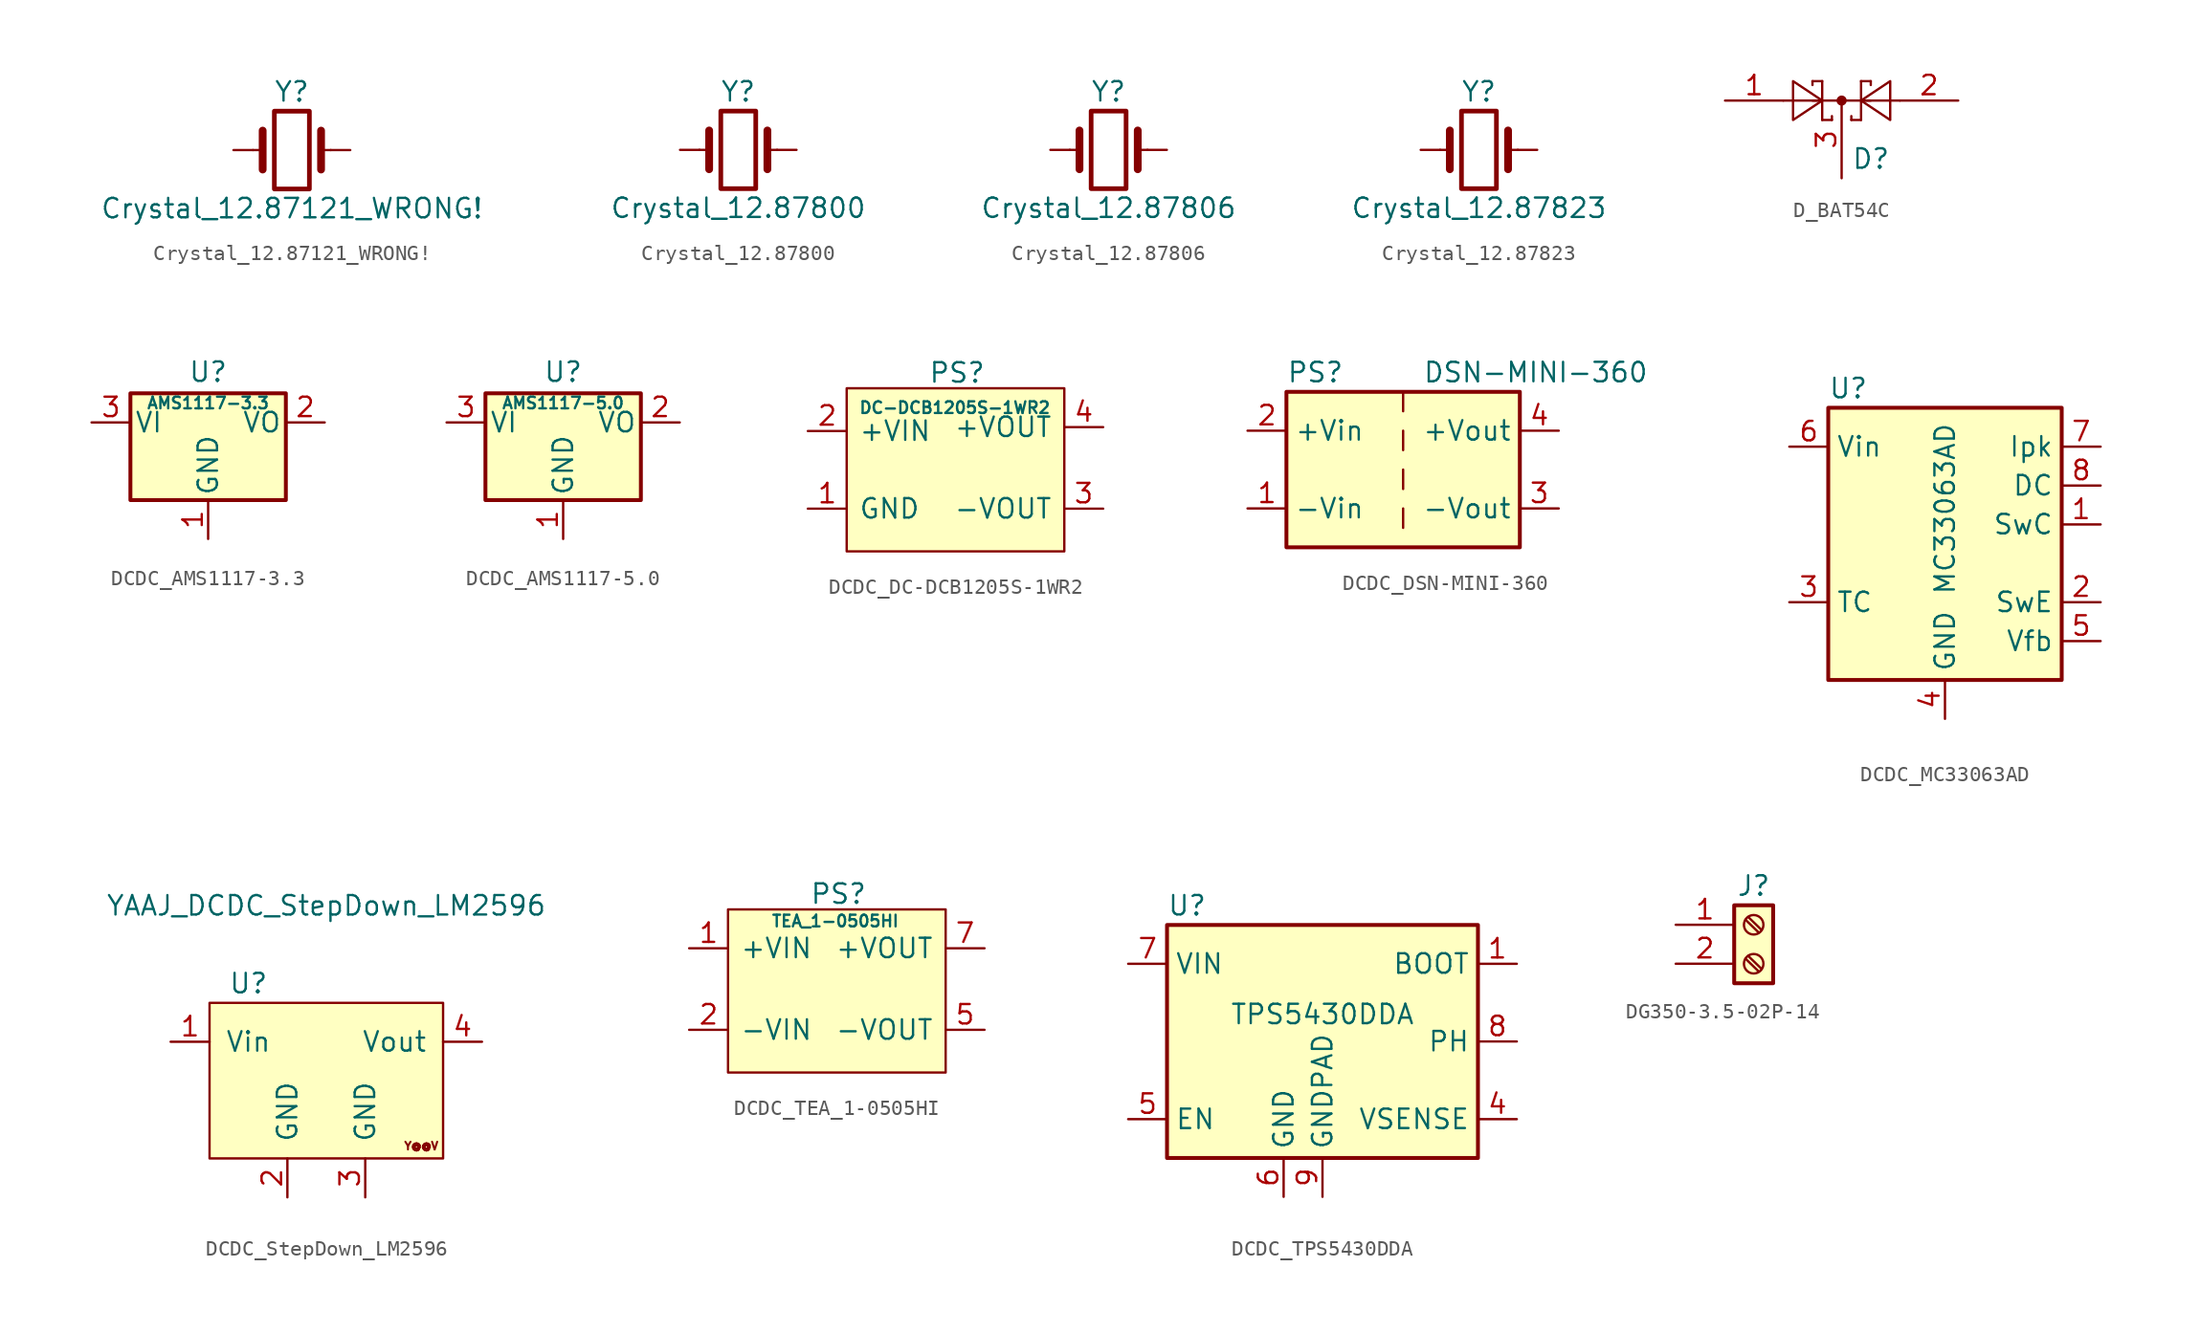
<source format=kicad_sym>
(kicad_symbol_lib
  (version 20220914)
  (generator kicad_symbol_editor)
  (symbol "Crystal_12.87121_WRONG!"
    (pin_numbers hide)
    (pin_names
      (offset 1.016) hide)
    (property "Reference" "Y"
      (at 0 3.81 0)
      (effects (font (size 1.27 1.27))))
    (property "Value" "Crystal_12.87121_WRONG!"
      (at 0 -3.81 0)
      (effects (font (size 1.27 1.27))))
    (symbol "Crystal_12.87121_WRONG!_0_1"
      (rectangle (start -1.143 2.54) (end 1.143 -2.54) (stroke (width 0.305) (type default)) (fill (type none)))
      (polyline (pts (xy -2.54 0) (xy -1.905 0)) (stroke (width 0) (type default)) (fill (type none)))
      (polyline (pts (xy -1.905 -1.27) (xy -1.905 1.27)) (stroke (width 0.508) (type default)) (fill (type none)))
      (polyline (pts (xy 1.905 -1.27) (xy 1.905 1.27)) (stroke (width 0.508) (type default)) (fill (type none)))
      (polyline (pts (xy 2.54 0) (xy 1.905 0)) (stroke (width 0) (type default)) (fill (type none))))
    (symbol "Crystal_12.87121_WRONG!_1_1"
      (pin passive line (at -3.81 0 0) (length 1.27) (name "1" (effects (font (size 1.27 1.27)))) (number "1" (effects (font (size 1.27 1.27)))))
      (pin passive line (at 3.81 0 180) (length 1.27) (name "2" (effects (font (size 1.27 1.27)))) (number "2" (effects (font (size 1.27 1.27)))))))
  (symbol "Crystal_12.87800"
    (pin_numbers hide)
    (pin_names
      (offset 1.016) hide)
    (property "Reference" "Y"
      (at 0 3.81 0)
      (effects (font (size 1.27 1.27))))
    (property "Value" "Crystal_12.87800"
      (at 0 -3.81 0)
      (effects (font (size 1.27 1.27))))
    (symbol "Crystal_12.87800_0_1"
      (rectangle (start -1.143 2.54) (end 1.143 -2.54) (stroke (width 0.305) (type default)) (fill (type none)))
      (polyline (pts (xy -2.54 0) (xy -1.905 0)) (stroke (width 0) (type default)) (fill (type none)))
      (polyline (pts (xy -1.905 -1.27) (xy -1.905 1.27)) (stroke (width 0.508) (type default)) (fill (type none)))
      (polyline (pts (xy 1.905 -1.27) (xy 1.905 1.27)) (stroke (width 0.508) (type default)) (fill (type none)))
      (polyline (pts (xy 2.54 0) (xy 1.905 0)) (stroke (width 0) (type default)) (fill (type none))))
    (symbol "Crystal_12.87800_1_1"
      (pin passive line (at -3.81 0 0) (length 1.27) (name "1" (effects (font (size 1.27 1.27)))) (number "1" (effects (font (size 1.27 1.27)))))
      (pin passive line (at 3.81 0 180) (length 1.27) (name "2" (effects (font (size 1.27 1.27)))) (number "2" (effects (font (size 1.27 1.27)))))))
  (symbol "Crystal_12.87806"
    (pin_numbers hide)
    (pin_names
      (offset 1.016) hide)
    (property "Reference" "Y"
      (at 0 3.81 0)
      (effects (font (size 1.27 1.27))))
    (property "Value" "Crystal_12.87806"
      (at 0 -3.81 0)
      (effects (font (size 1.27 1.27))))
    (symbol "Crystal_12.87806_0_1"
      (rectangle (start -1.143 2.54) (end 1.143 -2.54) (stroke (width 0.305) (type default)) (fill (type none)))
      (polyline (pts (xy -2.54 0) (xy -1.905 0)) (stroke (width 0) (type default)) (fill (type none)))
      (polyline (pts (xy -1.905 -1.27) (xy -1.905 1.27)) (stroke (width 0.508) (type default)) (fill (type none)))
      (polyline (pts (xy 1.905 -1.27) (xy 1.905 1.27)) (stroke (width 0.508) (type default)) (fill (type none)))
      (polyline (pts (xy 2.54 0) (xy 1.905 0)) (stroke (width 0) (type default)) (fill (type none))))
    (symbol "Crystal_12.87806_1_1"
      (pin passive line (at -3.81 0 0) (length 1.27) (name "1" (effects (font (size 1.27 1.27)))) (number "1" (effects (font (size 1.27 1.27)))))
      (pin passive line (at 3.81 0 180) (length 1.27) (name "2" (effects (font (size 1.27 1.27)))) (number "2" (effects (font (size 1.27 1.27)))))))
  (symbol "Crystal_12.87823"
    (pin_numbers hide)
    (pin_names
      (offset 1.016) hide)
    (property "Reference" "Y"
      (at 0 3.81 0)
      (effects (font (size 1.27 1.27))))
    (property "Value" "Crystal_12.87823"
      (at 0 -3.81 0)
      (effects (font (size 1.27 1.27))))
    (symbol "Crystal_12.87823_0_1"
      (rectangle (start -1.143 2.54) (end 1.143 -2.54) (stroke (width 0.305) (type default)) (fill (type none)))
      (polyline (pts (xy -2.54 0) (xy -1.905 0)) (stroke (width 0) (type default)) (fill (type none)))
      (polyline (pts (xy -1.905 -1.27) (xy -1.905 1.27)) (stroke (width 0.508) (type default)) (fill (type none)))
      (polyline (pts (xy 1.905 -1.27) (xy 1.905 1.27)) (stroke (width 0.508) (type default)) (fill (type none)))
      (polyline (pts (xy 2.54 0) (xy 1.905 0)) (stroke (width 0) (type default)) (fill (type none))))
    (symbol "Crystal_12.87823_1_1"
      (pin passive line (at -3.81 0 0) (length 1.27) (name "1" (effects (font (size 1.27 1.27)))) (number "1" (effects (font (size 1.27 1.27)))))
      (pin passive line (at 3.81 0 180) (length 1.27) (name "2" (effects (font (size 1.27 1.27)))) (number "2" (effects (font (size 1.27 1.27)))))))
  (symbol "D_BAT54C"
    (pin_names
      (offset 1.016))
    (property "Reference" "D"
      (at 0.635 -3.81 0)
      (effects (font (size 1.27 1.27)) (justify left)))
    (symbol "D_BAT54C_0_1"
      (polyline (pts (xy -1.905 0) (xy 1.905 0)) (stroke (width 0) (type default)) (fill (type none)))
      (polyline (pts (xy -1.905 1.27) (xy -1.905 1.016)) (stroke (width 0) (type default)) (fill (type none)))
      (polyline (pts (xy -1.27 -1.27) (xy -0.635 -1.27)) (stroke (width 0) (type default)) (fill (type none)))
      (polyline (pts (xy -1.27 0) (xy -3.81 0)) (stroke (width 0) (type default)) (fill (type none)))
      (polyline (pts (xy -1.27 1.27) (xy -1.905 1.27)) (stroke (width 0) (type default)) (fill (type none)))
      (polyline (pts (xy -1.27 1.27) (xy -1.27 -1.27)) (stroke (width 0) (type default)) (fill (type none)))
      (polyline (pts (xy -0.635 -1.27) (xy -0.635 -1.016)) (stroke (width 0) (type default)) (fill (type none)))
      (polyline (pts (xy 0.635 -1.27) (xy 0.635 -1.016)) (stroke (width 0) (type default)) (fill (type none)))
      (polyline (pts (xy 1.27 -1.27) (xy 0.635 -1.27)) (stroke (width 0) (type default)) (fill (type none)))
      (polyline (pts (xy 1.27 1.27) (xy 1.27 -1.27)) (stroke (width 0) (type default)) (fill (type none)))
      (polyline (pts (xy 1.27 1.27) (xy 1.905 1.27)) (stroke (width 0) (type default)) (fill (type none)))
      (polyline (pts (xy 1.905 1.27) (xy 1.905 1.016)) (stroke (width 0) (type default)) (fill (type none)))
      (polyline (pts (xy 3.81 0) (xy 1.27 0)) (stroke (width 0) (type default)) (fill (type none)))
      (polyline (pts (xy -3.175 -1.27) (xy -3.175 1.27) (xy -1.27 0) (xy -3.175 -1.27)) (stroke (width 0) (type default)) (fill (type none)))
      (polyline (pts (xy 3.175 -1.27) (xy 3.175 1.27) (xy 1.27 0) (xy 3.175 -1.27)) (stroke (width 0) (type default)) (fill (type none)))
      (circle (center 0 0) (radius 0.254) (stroke (width 0) (type default)) (fill (type outline))))
    (symbol "D_BAT54C_1_1"
      (pin passive line (at -7.62 0 0) (length 3.81) (name "~" (effects (font (size 1.27 1.27)))) (number "1" (effects (font (size 1.27 1.27)))))
      (pin passive line (at 7.62 0 180) (length 3.81) (name "~" (effects (font (size 1.27 1.27)))) (number "2" (effects (font (size 1.27 1.27)))))
      (pin passive line (at 0 -5.08 90) (length 5.08) (name "~" (effects (font (size 1.27 1.27)))) (number "3" (effects (font (size 1.27 1.27)))))))
  (symbol "DCDC_AMS1117-3.3"
    (pin_names
      (offset 0.254))
    (property "Reference" "U"
      (at 0 3.302 0)
      (effects (font (size 1.27 1.27))))
    (property "Value" "AMS1117-3.3"
      (at 0 1.27 0)
      (effects (font (size 0.762 0.762))))
    (symbol "DCDC_AMS1117-3.3_0_1"
      (rectangle (start -5.08 -5.08) (end 5.08 1.905) (stroke (width 0.254) (type default)) (fill (type background))))
    (symbol "DCDC_AMS1117-3.3_1_1"
      (pin power_in line (at 0 -7.62 90) (length 2.54) (name "GND" (effects (font (size 1.27 1.27)))) (number "1" (effects (font (size 1.27 1.27)))))
      (pin power_out line (at 7.62 0 180) (length 2.54) (name "VO" (effects (font (size 1.27 1.27)))) (number "2" (effects (font (size 1.27 1.27)))))
      (pin power_in line (at -7.62 0 0) (length 2.54) (name "VI" (effects (font (size 1.27 1.27)))) (number "3" (effects (font (size 1.27 1.27)))))))
  (symbol "DCDC_AMS1117-5.0"
    (pin_names
      (offset 0.254))
    (property "Reference" "U"
      (at 0 3.302 0)
      (effects (font (size 1.27 1.27))))
    (property "Value" "AMS1117-5.0"
      (at 0 1.27 0)
      (effects (font (size 0.762 0.762))))
    (symbol "DCDC_AMS1117-5.0_0_1"
      (rectangle (start -5.08 -5.08) (end 5.08 1.905) (stroke (width 0.254) (type default)) (fill (type background))))
    (symbol "DCDC_AMS1117-5.0_1_1"
      (pin power_in line (at 0 -7.62 90) (length 2.54) (name "GND" (effects (font (size 1.27 1.27)))) (number "1" (effects (font (size 1.27 1.27)))))
      (pin power_out line (at 7.62 0 180) (length 2.54) (name "VO" (effects (font (size 1.27 1.27)))) (number "2" (effects (font (size 1.27 1.27)))))
      (pin power_in line (at -7.62 0 0) (length 2.54) (name "VI" (effects (font (size 1.27 1.27)))) (number "3" (effects (font (size 1.27 1.27)))))))
  (symbol "DCDC_DC-DCB1205S-1WR2"
    (pin_names
      (offset 0.762))
    (property "Reference" "PS"
      (at -1.778 6.096 0)
      (effects (font (size 1.27 1.27)) (justify left)))
    (property "Value" "DC-DCB1205S-1WR2"
      (at -6.35 3.81 0)
      (effects (font (size 0.762 0.762)) (justify left)))
    (symbol "DCDC_DC-DCB1205S-1WR2_0_0"
      (pin passive line (at -9.652 -2.794 0) (length 2.54) (name "GND" (effects (font (size 1.27 1.27)))) (number "1" (effects (font (size 1.27 1.27)))))
      (pin passive line (at -9.652 2.286 0) (length 2.54) (name "+VIN" (effects (font (size 1.27 1.27)))) (number "2" (effects (font (size 1.27 1.27)))))
      (pin passive line (at 9.652 -2.794 180) (length 2.54) (name "-VOUT" (effects (font (size 1.27 1.27)))) (number "3" (effects (font (size 1.27 1.27)))))
      (pin passive line (at 9.652 2.54 180) (length 2.54) (name "+VOUT" (effects (font (size 1.27 1.27)))) (number "4" (effects (font (size 1.27 1.27))))))
    (symbol "DCDC_DC-DCB1205S-1WR2_0_1"
      (polyline (pts (xy -7.112 5.08) (xy 7.112 5.08) (xy 7.112 -5.588) (xy -7.112 -5.588) (xy -7.112 5.08)) (stroke (width 0.152) (type default)) (fill (type background)))))
  (symbol "DCDC_DSN-MINI-360"
    (property "Reference" "PS"
      (at -7.62 6.35 0)
      (effects (font (size 1.27 1.27)) (justify left)))
    (property "Value" "DSN-MINI-360"
      (at 1.27 6.35 0)
      (effects (font (size 1.27 1.27)) (justify left)))
    (symbol "DCDC_DSN-MINI-360_0_0"
      (pin power_in line (at -10.16 -2.54 0) (length 2.54) (name "-Vin" (effects (font (size 1.27 1.27)))) (number "1" (effects (font (size 1.27 1.27)))))
      (pin power_in line (at -10.16 2.54 0) (length 2.54) (name "+Vin" (effects (font (size 1.27 1.27)))) (number "2" (effects (font (size 1.27 1.27)))))
      (pin power_out line (at 10.16 -2.54 180) (length 2.54) (name "-Vout" (effects (font (size 1.27 1.27)))) (number "3" (effects (font (size 1.27 1.27)))))
      (pin power_out line (at 10.16 2.54 180) (length 2.54) (name "+Vout" (effects (font (size 1.27 1.27)))) (number "4" (effects (font (size 1.27 1.27))))))
    (symbol "DCDC_DSN-MINI-360_0_1"
      (rectangle (start -7.62 5.08) (end 7.62 -5.08) (stroke (width 0.254) (type default)) (fill (type background)))
      (polyline (pts (xy 0 -2.54) (xy 0 -3.81)) (stroke (width 0) (type default)) (fill (type none)))
      (polyline (pts (xy 0 0) (xy 0 -1.27)) (stroke (width 0) (type default)) (fill (type none)))
      (polyline (pts (xy 0 2.54) (xy 0 1.27)) (stroke (width 0) (type default)) (fill (type none)))
      (polyline (pts (xy 0 5.08) (xy 0 3.81)) (stroke (width 0) (type default)) (fill (type none)))))
  (symbol "DCDC_MC33063AD"
    (property "Reference" "U"
      (at -7.62 8.89 0)
      (effects (font (size 1.27 1.27)) (justify left)))
    (property "Value" "MC33063AD"
      (at 0 1.016 90)
      (effects (font (size 1.27 1.27))))
    (symbol "DCDC_MC33063AD_0_1"
      (rectangle (start -7.62 7.62) (end 7.62 -10.16) (stroke (width 0.254) (type default)) (fill (type background))))
    (symbol "DCDC_MC33063AD_1_1"
      (pin open_collector line (at 10.16 0 180) (length 2.54) (name "SwC" (effects (font (size 1.27 1.27)))) (number "1" (effects (font (size 1.27 1.27)))))
      (pin passive line (at 10.16 -5.08 180) (length 2.54) (name "SwE" (effects (font (size 1.27 1.27)))) (number "2" (effects (font (size 1.27 1.27)))))
      (pin passive line (at -10.16 -5.08 0) (length 2.54) (name "TC" (effects (font (size 1.27 1.27)))) (number "3" (effects (font (size 1.27 1.27)))))
      (pin power_in line (at 0 -12.7 90) (length 2.54) (name "GND" (effects (font (size 1.27 1.27)))) (number "4" (effects (font (size 1.27 1.27)))))
      (pin input line (at 10.16 -7.62 180) (length 2.54) (name "Vfb" (effects (font (size 1.27 1.27)))) (number "5" (effects (font (size 1.27 1.27)))))
      (pin power_in line (at -10.16 5.08 0) (length 2.54) (name "Vin" (effects (font (size 1.27 1.27)))) (number "6" (effects (font (size 1.27 1.27)))))
      (pin input line (at 10.16 5.08 180) (length 2.54) (name "Ipk" (effects (font (size 1.27 1.27)))) (number "7" (effects (font (size 1.27 1.27)))))
      (pin open_collector line (at 10.16 2.54 180) (length 2.54) (name "DC" (effects (font (size 1.27 1.27)))) (number "8" (effects (font (size 1.27 1.27)))))))
  (symbol "DCDC_StepDown_LM2596"
    (pin_names
      (offset 1.016))
    (property "Reference" "U"
      (at -5.08 6.35 0)
      (effects (font (size 1.27 1.27))))
    (property "Value" "YAAJ_DCDC_StepDown_LM2596"
      (at 0 11.43 0)
      (effects (font (size 1.27 1.27))))
    (symbol "DCDC_StepDown_LM2596_0_1"
      (rectangle (start -7.62 5.08) (end 7.62 -5.08) (stroke (width 0) (type default)) (fill (type background))))
    (symbol "DCDC_StepDown_LM2596_1_1"
      (text "Y@@V" (at 6.198 -4.267 0) (effects (font (size 0.508 0.508))))
      (pin power_in line (at -10.16 2.54 0) (length 2.54) (name "Vin" (effects (font (size 1.27 1.27)))) (number "1" (effects (font (size 1.27 1.27)))))
      (pin power_in line (at -2.54 -7.62 90) (length 2.54) (name "GND" (effects (font (size 1.27 1.27)))) (number "2" (effects (font (size 1.27 1.27)))))
      (pin power_in line (at 2.54 -7.62 90) (length 2.54) (name "GND" (effects (font (size 1.27 1.27)))) (number "3" (effects (font (size 1.27 1.27)))))
      (pin power_out line (at 10.16 2.54 180) (length 2.54) (name "Vout" (effects (font (size 1.27 1.27)))) (number "4" (effects (font (size 1.27 1.27)))))))
  (symbol "DCDC_TEA_1-0505HI"
    (pin_names
      (offset 0.762))
    (property "Reference" "PS"
      (at -1.778 6.096 0)
      (effects (font (size 1.27 1.27)) (justify left)))
    (property "Value" "TEA_1-0505HI"
      (at -4.318 4.318 0)
      (effects (font (size 0.762 0.762)) (justify left)))
    (symbol "DCDC_TEA_1-0505HI_0_0"
      (pin passive line (at -9.652 2.54 0) (length 2.54) (name "+VIN" (effects (font (size 1.27 1.27)))) (number "1" (effects (font (size 1.27 1.27)))))
      (pin passive line (at -9.652 -2.794 0) (length 2.54) (name "-VIN" (effects (font (size 1.27 1.27)))) (number "2" (effects (font (size 1.27 1.27)))))
      (pin passive line (at 9.652 -2.794 180) (length 2.54) (name "-VOUT" (effects (font (size 1.27 1.27)))) (number "5" (effects (font (size 1.27 1.27)))))
      (pin passive line (at 9.652 2.54 180) (length 2.54) (name "+VOUT" (effects (font (size 1.27 1.27)))) (number "7" (effects (font (size 1.27 1.27))))))
    (symbol "DCDC_TEA_1-0505HI_0_1"
      (polyline (pts (xy -7.112 5.08) (xy 7.112 5.08) (xy 7.112 -5.588) (xy -7.112 -5.588) (xy -7.112 5.08)) (stroke (width 0.152) (type default)) (fill (type background)))))
  (symbol "DCDC_TPS5430DDA"
    (property "Reference" "U"
      (at -10.16 8.89 0)
      (effects (font (size 1.27 1.27)) (justify left)))
    (property "Value" "TPS5430DDA"
      (at 0 1.778 0)
      (effects (font (size 1.27 1.27))))
    (symbol "DCDC_TPS5430DDA_0_1"
      (rectangle (start -10.16 7.62) (end 10.16 -7.62) (stroke (width 0.254) (type default)) (fill (type background))))
    (symbol "DCDC_TPS5430DDA_1_1"
      (pin input line (at 12.7 5.08 180) (length 2.54) (name "BOOT" (effects (font (size 1.27 1.27)))) (number "1" (effects (font (size 1.27 1.27)))))
      (pin no_connect line (at -10.16 2.54 0) (length 2.54) hide (name "NC" (effects (font (size 1.27 1.27)))) (number "2" (effects (font (size 1.27 1.27)))))
      (pin no_connect line (at -10.16 -2.54 0) (length 2.54) hide (name "NC" (effects (font (size 1.27 1.27)))) (number "3" (effects (font (size 1.27 1.27)))))
      (pin input line (at 12.7 -5.08 180) (length 2.54) (name "VSENSE" (effects (font (size 1.27 1.27)))) (number "4" (effects (font (size 1.27 1.27)))))
      (pin input line (at -12.7 -5.08 0) (length 2.54) (name "EN" (effects (font (size 1.27 1.27)))) (number "5" (effects (font (size 1.27 1.27)))))
      (pin power_in line (at -2.54 -10.16 90) (length 2.54) (name "GND" (effects (font (size 1.27 1.27)))) (number "6" (effects (font (size 1.27 1.27)))))
      (pin power_in line (at -12.7 5.08 0) (length 2.54) (name "VIN" (effects (font (size 1.27 1.27)))) (number "7" (effects (font (size 1.27 1.27)))))
      (pin output line (at 12.7 0 180) (length 2.54) (name "PH" (effects (font (size 1.27 1.27)))) (number "8" (effects (font (size 1.27 1.27)))))
      (pin power_in line (at 0 -10.16 90) (length 2.54) (name "GNDPAD" (effects (font (size 1.27 1.27)))) (number "9" (effects (font (size 1.27 1.27)))))))
  (symbol "DG350-3.5-02P-14"
    (pin_names
      (offset 1.016) hide)
    (property "Reference" "J"
      (at 0 5.08 0)
      (effects (font (size 1.27 1.27))))
    (symbol "DG350-3.5-02P-14_1_1"
      (rectangle (start -1.27 3.81) (end 1.27 -1.27) (stroke (width 0.254) (type default)) (fill (type background)))
      (polyline (pts (xy -0.533 0.33) (xy 0.33 -0.508)) (stroke (width 0.152) (type default)) (fill (type none)))
      (polyline (pts (xy -0.533 2.87) (xy 0.33 2.032)) (stroke (width 0.152) (type default)) (fill (type none)))
      (polyline (pts (xy -0.356 0.508) (xy 0.508 -0.33)) (stroke (width 0.152) (type default)) (fill (type none)))
      (polyline (pts (xy -0.356 3.048) (xy 0.508 2.21)) (stroke (width 0.152) (type default)) (fill (type none)))
      (circle (center 0 0) (radius 0.635) (stroke (width 0.152) (type default)) (fill (type none)))
      (circle (center 0 2.54) (radius 0.635) (stroke (width 0.152) (type default)) (fill (type none)))
      (pin passive line (at -5.08 2.54 0) (length 3.81) (name "Pin_1" (effects (font (size 1.27 1.27)))) (number "1" (effects (font (size 1.27 1.27)))))
      (pin passive line (at -5.08 0 0) (length 3.81) (name "Pin_2" (effects (font (size 1.27 1.27)))) (number "2" (effects (font (size 1.27 1.27))))))))
</source>
